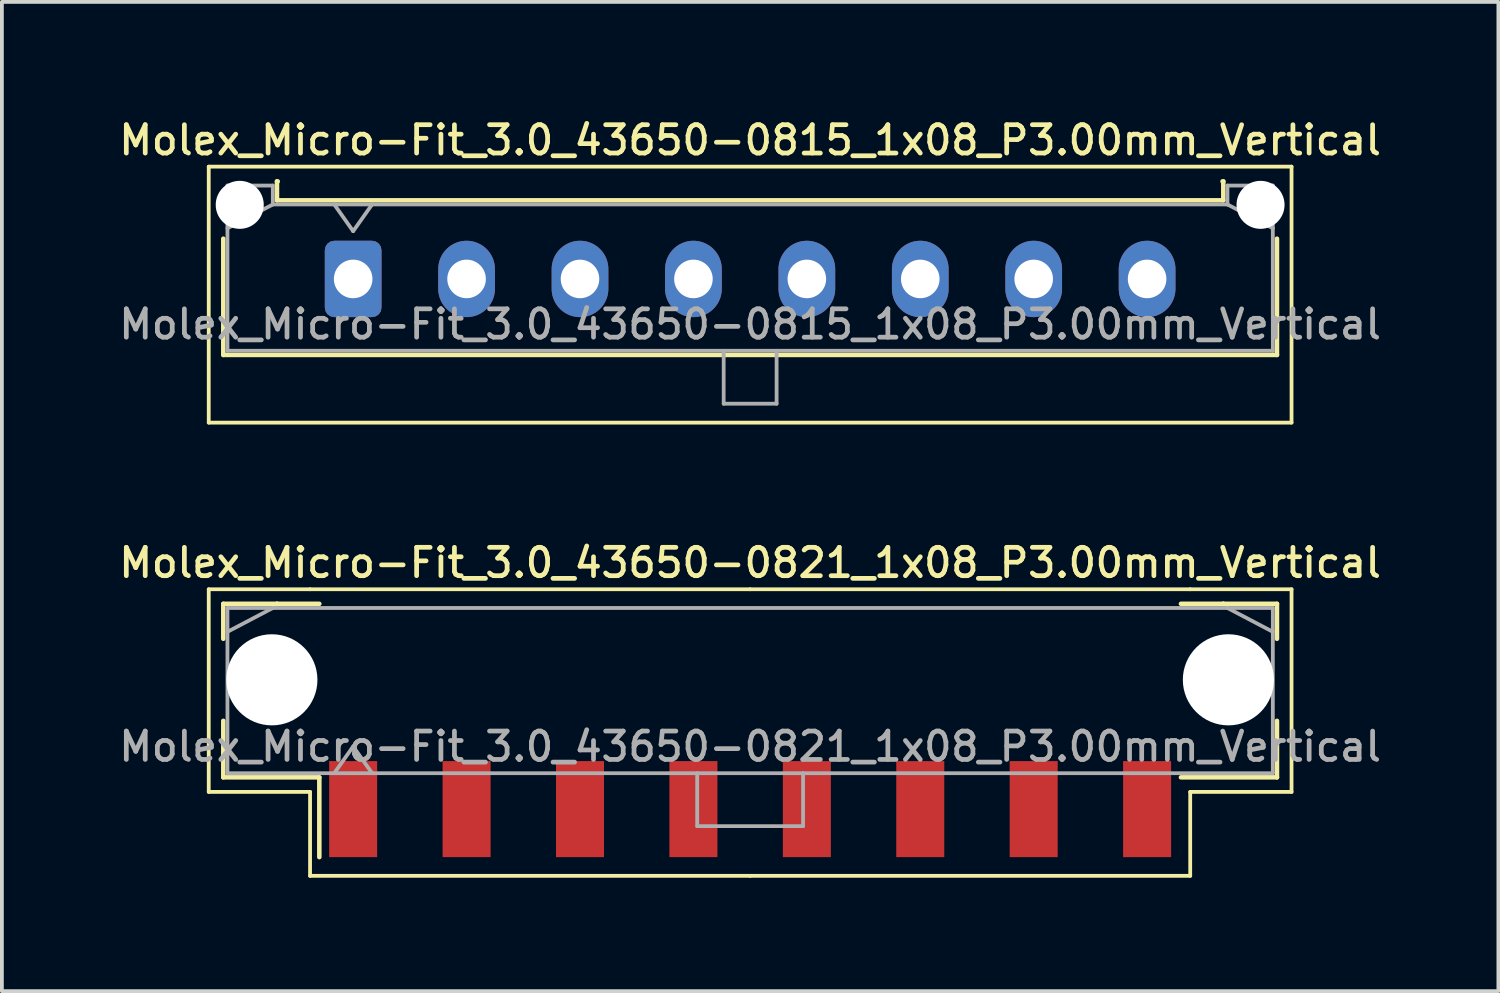
<source format=kicad_pcb>
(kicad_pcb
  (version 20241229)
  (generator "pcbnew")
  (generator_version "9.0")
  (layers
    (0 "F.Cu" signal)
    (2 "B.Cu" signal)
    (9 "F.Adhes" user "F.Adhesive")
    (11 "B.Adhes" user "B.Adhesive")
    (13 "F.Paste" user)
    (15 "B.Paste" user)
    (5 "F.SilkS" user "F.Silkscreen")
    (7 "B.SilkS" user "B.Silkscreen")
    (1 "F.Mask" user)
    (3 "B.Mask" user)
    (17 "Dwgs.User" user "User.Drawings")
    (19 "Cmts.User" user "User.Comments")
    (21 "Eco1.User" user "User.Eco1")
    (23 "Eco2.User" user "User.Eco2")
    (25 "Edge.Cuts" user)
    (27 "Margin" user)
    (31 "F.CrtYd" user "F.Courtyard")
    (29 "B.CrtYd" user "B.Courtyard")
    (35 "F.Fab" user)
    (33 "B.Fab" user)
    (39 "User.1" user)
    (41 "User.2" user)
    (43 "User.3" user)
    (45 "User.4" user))
  (footprint "Molex_Micro-Fit_3.0_43650-0821_1x08_P3.00mm_Vertical"
    (layer "F.Cu")
    (at 16.791 15.216)
    (property "Reference" "Molex_Micro-Fit_3.0_43650-0821_1x08_P3.00mm_Vertical" (at 0 -3.38 0) (layer "F.SilkS") (effects (font (size 0.75 0.75) (thickness 0.125))))
    (attr smd)
    (fp_line (start -14.32 -2.68) (end -14.32 2.68) (stroke (width 0.1) (type solid)) (layer "F.SilkS"))
    (fp_line (start -14.32 2.68) (end -11.64 2.68) (stroke (width 0.1) (type solid)) (layer "F.SilkS"))
    (fp_line (start -13.935 -2.295) (end -12.515 -2.295) (stroke (width 0.12) (type solid)) (layer "F.SilkS"))
    (fp_line (start -13.935 -1.37) (end -13.935 -2.295) (stroke (width 0.12) (type solid)) (layer "F.SilkS"))
    (fp_line (start -13.935 0.8) (end -13.935 2.295) (stroke (width 0.12) (type solid)) (layer "F.SilkS"))
    (fp_line (start -13.935 2.295) (end -11.395 2.295) (stroke (width 0.12) (type solid)) (layer "F.SilkS"))
    (fp_line (start -12.515 -2.295) (end -12.515 -2.295) (stroke (width 0.12) (type solid)) (layer "F.SilkS"))
    (fp_line (start -12.515 -2.295) (end -11.395 -2.295) (stroke (width 0.12) (type solid)) (layer "F.SilkS"))
    (fp_line (start -11.64 -2.68) (end -14.32 -2.68) (stroke (width 0.1) (type solid)) (layer "F.SilkS"))
    (fp_line (start -11.64 2.68) (end -11.64 4.9) (stroke (width 0.1) (type solid)) (layer "F.SilkS"))
    (fp_line (start -11.64 4.9) (end 0 4.9) (stroke (width 0.1) (type solid)) (layer "F.SilkS"))
    (fp_line (start -11.395 2.295) (end -11.395 4.405) (stroke (width 0.12) (type solid)) (layer "F.SilkS"))
    (fp_line (start 0 -2.68) (end -11.64 -2.68) (stroke (width 0.1) (type solid)) (layer "F.SilkS"))
    (fp_line (start 0 -2.68) (end 11.64 -2.68) (stroke (width 0.1) (type solid)) (layer "F.SilkS"))
    (fp_line (start 11.64 -2.68) (end 14.32 -2.68) (stroke (width 0.1) (type solid)) (layer "F.SilkS"))
    (fp_line (start 11.64 2.68) (end 11.64 4.9) (stroke (width 0.1) (type solid)) (layer "F.SilkS"))
    (fp_line (start 11.64 4.9) (end 0 4.9) (stroke (width 0.1) (type solid)) (layer "F.SilkS"))
    (fp_line (start 12.515 -2.295) (end 11.395 -2.295) (stroke (width 0.12) (type solid)) (layer "F.SilkS"))
    (fp_line (start 12.515 -2.295) (end 12.515 -2.295) (stroke (width 0.12) (type solid)) (layer "F.SilkS"))
    (fp_line (start 13.935 -2.295) (end 12.515 -2.295) (stroke (width 0.12) (type solid)) (layer "F.SilkS"))
    (fp_line (start 13.935 -1.37) (end 13.935 -2.295) (stroke (width 0.12) (type solid)) (layer "F.SilkS"))
    (fp_line (start 13.935 0.8) (end 13.935 2.295) (stroke (width 0.12) (type solid)) (layer "F.SilkS"))
    (fp_line (start 13.935 2.295) (end 11.395 2.295) (stroke (width 0.12) (type solid)) (layer "F.SilkS"))
    (fp_line (start 14.32 -2.68) (end 14.32 2.68) (stroke (width 0.1) (type solid)) (layer "F.SilkS"))
    (fp_line (start 14.32 2.68) (end 11.64 2.68) (stroke (width 0.1) (type solid)) (layer "F.SilkS"))
    (fp_line (start -13.825 -2.185) (end -13.825 2.185) (stroke (width 0.1) (type solid)) (layer "F.Fab"))
    (fp_line (start -13.825 -1.555) (end -12.625 -2.185) (stroke (width 0.1) (type solid)) (layer "F.Fab"))
    (fp_line (start -13.825 2.185) (end 13.825 2.185) (stroke (width 0.1) (type solid)) (layer "F.Fab"))
    (fp_line (start -12.625 -2.185) (end -13.825 -2.185) (stroke (width 0.1) (type solid)) (layer "F.Fab"))
    (fp_line (start -12.625 -2.185) (end -12.625 -2.185) (stroke (width 0.1) (type solid)) (layer "F.Fab"))
    (fp_line (start -11 2.185) (end -10.5 1.478) (stroke (width 0.1) (type solid)) (layer "F.Fab"))
    (fp_line (start -10.5 1.478) (end -10 2.185) (stroke (width 0.1) (type solid)) (layer "F.Fab"))
    (fp_line (start -1.4 2.185) (end -1.4 3.585) (stroke (width 0.1) (type solid)) (layer "F.Fab"))
    (fp_line (start -1.4 3.585) (end 1.4 3.585) (stroke (width 0.1) (type solid)) (layer "F.Fab"))
    (fp_line (start 1.4 3.585) (end 1.4 2.185) (stroke (width 0.1) (type solid)) (layer "F.Fab"))
    (fp_line (start 12.625 -2.185) (end -12.625 -2.185) (stroke (width 0.1) (type solid)) (layer "F.Fab"))
    (fp_line (start 12.625 -2.185) (end 12.625 -2.185) (stroke (width 0.1) (type solid)) (layer "F.Fab"))
    (fp_line (start 13.825 -2.185) (end 12.625 -2.185) (stroke (width 0.1) (type solid)) (layer "F.Fab"))
    (fp_line (start 13.825 -1.555) (end 12.625 -2.185) (stroke (width 0.1) (type solid)) (layer "F.Fab"))
    (fp_line (start 13.825 2.185) (end 13.825 -2.185) (stroke (width 0.1) (type solid)) (layer "F.Fab"))
    (fp_text user "${REFERENCE}" (at 0 1.48 0) (layer "F.Fab") (effects (font (size 0.75 0.75) (thickness 0.125))))
    (pad "" np_thru_hole circle (at -12.65 -0.285) (size 2.41 2.41) (drill 2.41) (layers "*.Cu" "*.Mask"))
    (pad "" np_thru_hole circle (at 12.65 -0.285) (size 2.41 2.41) (drill 2.41) (layers "*.Cu" "*.Mask"))
    (pad "1" smd rect (at -10.5 3.135) (size 1.27 2.54) (layers "F.Cu" "F.Mask" "F.Paste"))
    (pad "2" smd rect (at -7.5 3.135) (size 1.27 2.54) (layers "F.Cu" "F.Mask" "F.Paste"))
    (pad "3" smd rect (at -4.5 3.135) (size 1.27 2.54) (layers "F.Cu" "F.Mask" "F.Paste"))
    (pad "4" smd rect (at -1.5 3.135) (size 1.27 2.54) (layers "F.Cu" "F.Mask" "F.Paste"))
    (pad "5" smd rect (at 1.5 3.135) (size 1.27 2.54) (layers "F.Cu" "F.Mask" "F.Paste"))
    (pad "6" smd rect (at 4.5 3.135) (size 1.27 2.54) (layers "F.Cu" "F.Mask" "F.Paste"))
    (pad "7" smd rect (at 7.5 3.135) (size 1.27 2.54) (layers "F.Cu" "F.Mask" "F.Paste"))
    (pad "8" smd rect (at 10.5 3.135) (size 1.27 2.54) (layers "F.Cu" "F.Mask" "F.Paste")))
  (footprint "Molex_Micro-Fit_3.0_43650-0815_1x08_P3.00mm_Vertical"
    (layer "F.Cu")
    (at 6.291 4.328)
    (property "Reference" "Molex_Micro-Fit_3.0_43650-0815_1x08_P3.00mm_Vertical" (at 10.5 -3.67 0) (layer "F.SilkS") (effects (font (size 0.75 0.75) (thickness 0.125))))
    (attr through_hole)
    (fp_line (start -3.82 -2.97) (end 24.82 -2.97) (stroke (width 0.1) (type solid)) (layer "F.SilkS"))
    (fp_line (start -3.82 3.8) (end -3.82 -2.97) (stroke (width 0.1) (type solid)) (layer "F.SilkS"))
    (fp_line (start -3.435 -1.065) (end -3.435 2.01) (stroke (width 0.12) (type solid)) (layer "F.SilkS"))
    (fp_line (start -3.435 2.01) (end 24.435 2.01) (stroke (width 0.12) (type solid)) (layer "F.SilkS"))
    (fp_line (start -2.015 -2.58) (end -2.015 -2.08) (stroke (width 0.12) (type solid)) (layer "F.SilkS"))
    (fp_line (start -2.015 -2.08) (end 23.015 -2.08) (stroke (width 0.12) (type solid)) (layer "F.SilkS"))
    (fp_line (start -1.995 -2.58) (end -2.015 -2.58) (stroke (width 0.12) (type solid)) (layer "F.SilkS"))
    (fp_line (start 23.015 -2.58) (end 22.995 -2.58) (stroke (width 0.12) (type solid)) (layer "F.SilkS"))
    (fp_line (start 23.015 -2.08) (end 23.015 -2.58) (stroke (width 0.12) (type solid)) (layer "F.SilkS"))
    (fp_line (start 24.435 2.01) (end 24.435 -1.065) (stroke (width 0.12) (type solid)) (layer "F.SilkS"))
    (fp_line (start 24.82 -2.97) (end 24.82 3.8) (stroke (width 0.1) (type solid)) (layer "F.SilkS"))
    (fp_line (start 24.82 3.8) (end -3.82 3.8) (stroke (width 0.1) (type solid)) (layer "F.SilkS"))
    (fp_line (start -3.325 -2.47) (end -3.325 1.9) (stroke (width 0.1) (type solid)) (layer "F.Fab"))
    (fp_line (start -3.325 -1.34) (end -2.125 -1.97) (stroke (width 0.1) (type solid)) (layer "F.Fab"))
    (fp_line (start -3.325 1.9) (end 24.325 1.9) (stroke (width 0.1) (type solid)) (layer "F.Fab"))
    (fp_line (start -2.125 -2.47) (end -3.325 -2.47) (stroke (width 0.1) (type solid)) (layer "F.Fab"))
    (fp_line (start -2.125 -1.97) (end -2.125 -2.47) (stroke (width 0.1) (type solid)) (layer "F.Fab"))
    (fp_line (start -0.5 -1.97) (end 0 -1.263) (stroke (width 0.1) (type solid)) (layer "F.Fab"))
    (fp_line (start 0 -1.263) (end 0.5 -1.97) (stroke (width 0.1) (type solid)) (layer "F.Fab"))
    (fp_line (start 9.8 1.9) (end 9.8 3.3) (stroke (width 0.1) (type solid)) (layer "F.Fab"))
    (fp_line (start 9.8 3.3) (end 11.2 3.3) (stroke (width 0.1) (type solid)) (layer "F.Fab"))
    (fp_line (start 11.2 3.3) (end 11.2 1.9) (stroke (width 0.1) (type solid)) (layer "F.Fab"))
    (fp_line (start 23.125 -2.47) (end 23.125 -1.97) (stroke (width 0.1) (type solid)) (layer "F.Fab"))
    (fp_line (start 23.125 -1.97) (end -2.125 -1.97) (stroke (width 0.1) (type solid)) (layer "F.Fab"))
    (fp_line (start 24.325 -2.47) (end 23.125 -2.47) (stroke (width 0.1) (type solid)) (layer "F.Fab"))
    (fp_line (start 24.325 -1.34) (end 23.125 -1.97) (stroke (width 0.1) (type solid)) (layer "F.Fab"))
    (fp_line (start 24.325 1.9) (end 24.325 -2.47) (stroke (width 0.1) (type solid)) (layer "F.Fab"))
    (fp_text user "${REFERENCE}" (at 10.5 1.2 0) (layer "F.Fab") (effects (font (size 0.75 0.75) (thickness 0.125))))
    (pad "" np_thru_hole circle (at -3 -1.96) (size 1.27 1.27) (drill 1.27) (layers "*.Cu" "*.Mask"))
    (pad "" np_thru_hole circle (at 24 -1.96) (size 1.27 1.27) (drill 1.27) (layers "*.Cu" "*.Mask"))
    (pad "1" thru_hole roundrect (at 0 0) (size 1.5 2.02) (drill 1.02) (layers "*.Cu" "*.Mask") (roundrect_rratio 0.167))
    (pad "2" thru_hole oval (at 3 0) (size 1.5 2.02) (drill 1.02) (layers "*.Cu" "*.Mask"))
    (pad "3" thru_hole oval (at 6 0) (size 1.5 2.02) (drill 1.02) (layers "*.Cu" "*.Mask"))
    (pad "4" thru_hole oval (at 9 0) (size 1.5 2.02) (drill 1.02) (layers "*.Cu" "*.Mask"))
    (pad "5" thru_hole oval (at 12 0) (size 1.5 2.02) (drill 1.02) (layers "*.Cu" "*.Mask"))
    (pad "6" thru_hole oval (at 15 0) (size 1.5 2.02) (drill 1.02) (layers "*.Cu" "*.Mask"))
    (pad "7" thru_hole oval (at 18 0) (size 1.5 2.02) (drill 1.02) (layers "*.Cu" "*.Mask"))
    (pad "8" thru_hole oval (at 21 0) (size 1.5 2.02) (drill 1.02) (layers "*.Cu" "*.Mask")))
  (gr_rect
    (start -3 -3)
    (end 36.582 23.166)
    (stroke (width 0.1) (type default))
    (fill no)
    (layer "Edge.Cuts")))
</source>
